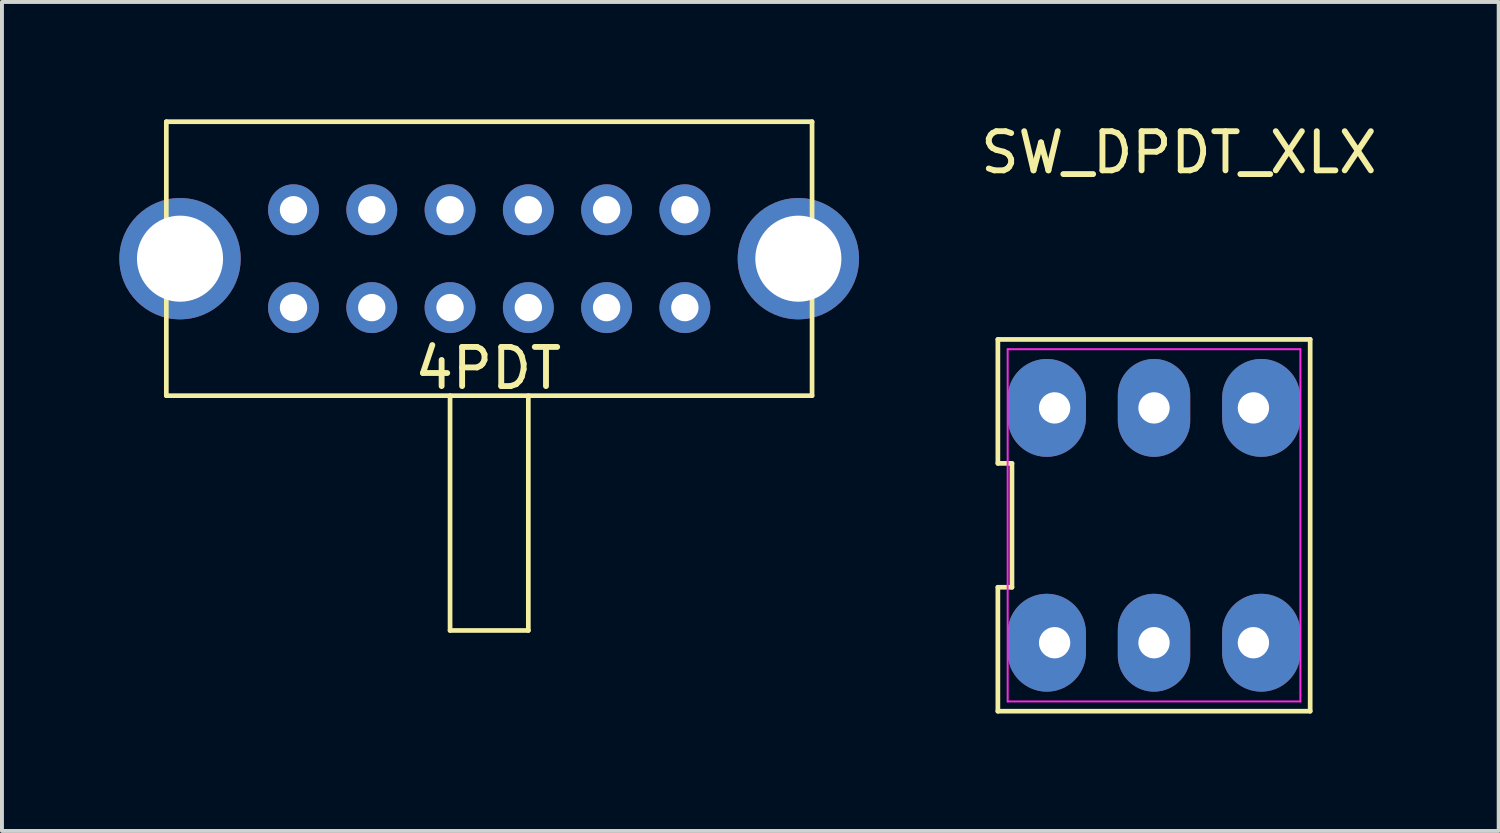
<source format=kicad_pcb>
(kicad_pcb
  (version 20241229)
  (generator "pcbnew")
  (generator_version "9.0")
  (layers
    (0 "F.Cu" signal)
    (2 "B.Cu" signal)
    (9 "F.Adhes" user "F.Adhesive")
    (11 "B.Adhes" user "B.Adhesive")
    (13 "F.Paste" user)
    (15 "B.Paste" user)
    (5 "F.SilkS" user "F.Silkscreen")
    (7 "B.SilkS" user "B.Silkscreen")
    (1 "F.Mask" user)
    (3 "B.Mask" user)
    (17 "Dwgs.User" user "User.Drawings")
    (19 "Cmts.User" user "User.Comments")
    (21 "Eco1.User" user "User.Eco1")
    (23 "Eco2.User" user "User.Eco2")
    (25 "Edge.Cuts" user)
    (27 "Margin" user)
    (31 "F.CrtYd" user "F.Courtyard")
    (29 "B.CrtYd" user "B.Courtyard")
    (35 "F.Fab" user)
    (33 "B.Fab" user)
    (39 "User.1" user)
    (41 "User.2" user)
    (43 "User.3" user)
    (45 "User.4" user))
  (footprint "SW_DPDT_XLX"
    (layer "F.Cu")
    (at 26.438 10.373)
    (property "Reference" "SW_DPDT_XLX" (at 0.635 -9.525 180) (layer "F.SilkS") (effects (font (size 1 1) (thickness 0.15))))
    (attr through_hole)
    (fp_line (start -3.99 -1.583) (end -3.63 -1.583) (stroke (width 0.12) (type solid)) (layer "F.SilkS"))
    (fp_line (start -3.99 1.583) (end -3.99 4.75) (stroke (width 0.12) (type solid)) (layer "F.SilkS"))
    (fp_line (start -3.99 4.75) (end 3.99 4.75) (stroke (width 0.12) (type solid)) (layer "F.SilkS"))
    (fp_line (start -3.99 -4.75) (end -3.99 -1.583) (stroke (width 0.12) (type solid)) (layer "F.SilkS"))
    (fp_line (start -3.63 -1.583) (end -3.63 1.583) (stroke (width 0.12) (type solid)) (layer "F.SilkS"))
    (fp_line (start -3.63 1.583) (end -3.99 1.583) (stroke (width 0.12) (type solid)) (layer "F.SilkS"))
    (fp_line (start 3.99 4.75) (end 3.99 -4.75) (stroke (width 0.12) (type solid)) (layer "F.SilkS"))
    (fp_line (start 3.99 -4.75) (end -3.99 -4.75) (stroke (width 0.12) (type solid)) (layer "F.SilkS"))
    (fp_line (start -3.74 -4.5) (end 3.74 -4.5) (stroke (width 0.05) (type solid)) (layer "F.CrtYd"))
    (fp_line (start -3.74 4.5) (end -3.74 -4.5) (stroke (width 0.05) (type solid)) (layer "F.CrtYd"))
    (fp_line (start 3.74 -4.5) (end 3.74 4.5) (stroke (width 0.05) (type solid)) (layer "F.CrtYd"))
    (fp_line (start 3.74 4.5) (end -3.74 4.5) (stroke (width 0.05) (type solid)) (layer "F.CrtYd"))
    (pad "1" thru_hole oval (at -2.54 3) (size 2 2.5) (drill 0.8 (offset -0.2 0)) (layers "B.Cu"))
    (pad "2" thru_hole oval (at 0 3) (size 1.85 2.5) (drill 0.8) (layers "B.Cu"))
    (pad "3" thru_hole oval (at 2.54 3) (size 2 2.5) (drill 0.8 (offset 0.2 0)) (layers "B.Cu"))
    (pad "4" thru_hole oval (at 2.54 -3) (size 2 2.5) (drill 0.8 (offset 0.2 0)) (layers "B.Cu"))
    (pad "5" thru_hole oval (at 0 -3) (size 1.85 2.5) (drill 0.8) (layers "B.Cu"))
    (pad "6" thru_hole oval (at -2.54 -3) (size 2 2.5) (drill 0.8 (offset -0.2 0)) (layers "B.Cu")))
  (footprint "4PDT"
    (layer "F.Cu")
    (at 9.45 3.56)
    (property "Reference" "4PDT" (at -0.025 2.8 0) (layer "F.SilkS") (effects (font (size 1 1) (thickness 0.15))))
    (attr through_hole)
    (fp_line (start -8.25 -3.5) (end 8.25 -3.5) (stroke (width 0.12) (type solid)) (layer "F.SilkS"))
    (fp_line (start -8.25 3.5) (end -8.25 -3.5) (stroke (width 0.12) (type solid)) (layer "F.SilkS"))
    (fp_line (start -1 3.5) (end -1 9.5) (stroke (width 0.12) (type solid)) (layer "F.SilkS"))
    (fp_line (start -1 9.5) (end 1 9.5) (stroke (width 0.12) (type solid)) (layer "F.SilkS"))
    (fp_line (start 1 9.5) (end 1 3.5) (stroke (width 0.12) (type solid)) (layer "F.SilkS"))
    (fp_line (start 8.25 -3.5) (end 8.25 3.5) (stroke (width 0.12) (type solid)) (layer "F.SilkS"))
    (fp_line (start 8.25 3.5) (end -8.25 3.5) (stroke (width 0.12) (type solid)) (layer "F.SilkS"))
    (pad "1" thru_hole circle (at -5 -1.25) (size 1.3 1.3) (drill 0.7) (layers "*.Cu" "*.Mask"))
    (pad "2" thru_hole circle (at -3 -1.25) (size 1.3 1.3) (drill 0.7) (layers "*.Cu" "*.Mask"))
    (pad "3" thru_hole circle (at -1 -1.25) (size 1.3 1.3) (drill 0.7) (layers "*.Cu" "*.Mask"))
    (pad "4" thru_hole circle (at 1 -1.25) (size 1.3 1.3) (drill 0.7) (layers "*.Cu" "*.Mask"))
    (pad "5" thru_hole circle (at 3 -1.25) (size 1.3 1.3) (drill 0.7) (layers "*.Cu" "*.Mask"))
    (pad "6" thru_hole circle (at 5 -1.25) (size 1.3 1.3) (drill 0.7) (layers "*.Cu" "*.Mask"))
    (pad "7" thru_hole circle (at -5 1.25) (size 1.3 1.3) (drill 0.7) (layers "*.Cu" "*.Mask"))
    (pad "8" thru_hole circle (at -3 1.25) (size 1.3 1.3) (drill 0.7) (layers "*.Cu" "*.Mask"))
    (pad "9" thru_hole circle (at -1 1.25) (size 1.3 1.3) (drill 0.7) (layers "*.Cu" "*.Mask"))
    (pad "10" thru_hole circle (at 1 1.25) (size 1.3 1.3) (drill 0.7) (layers "*.Cu" "*.Mask"))
    (pad "11" thru_hole circle (at 3 1.25) (size 1.3 1.3) (drill 0.7) (layers "*.Cu" "*.Mask"))
    (pad "12" thru_hole circle (at 5 1.25) (size 1.3 1.3) (drill 0.7) (layers "*.Cu" "*.Mask"))
    (pad "13" thru_hole circle (at -7.9 0) (size 3.1 3.1) (drill 2.2) (layers "*.Cu" "*.Mask"))
    (pad "14" thru_hole circle (at 7.9 0) (size 3.1 3.1) (drill 2.2) (layers "*.Cu" "*.Mask")))
  (gr_rect
    (start -3 -3)
    (end 35.245 18.183)
    (stroke (width 0.1) (type default))
    (fill no)
    (layer "Edge.Cuts")))
</source>
